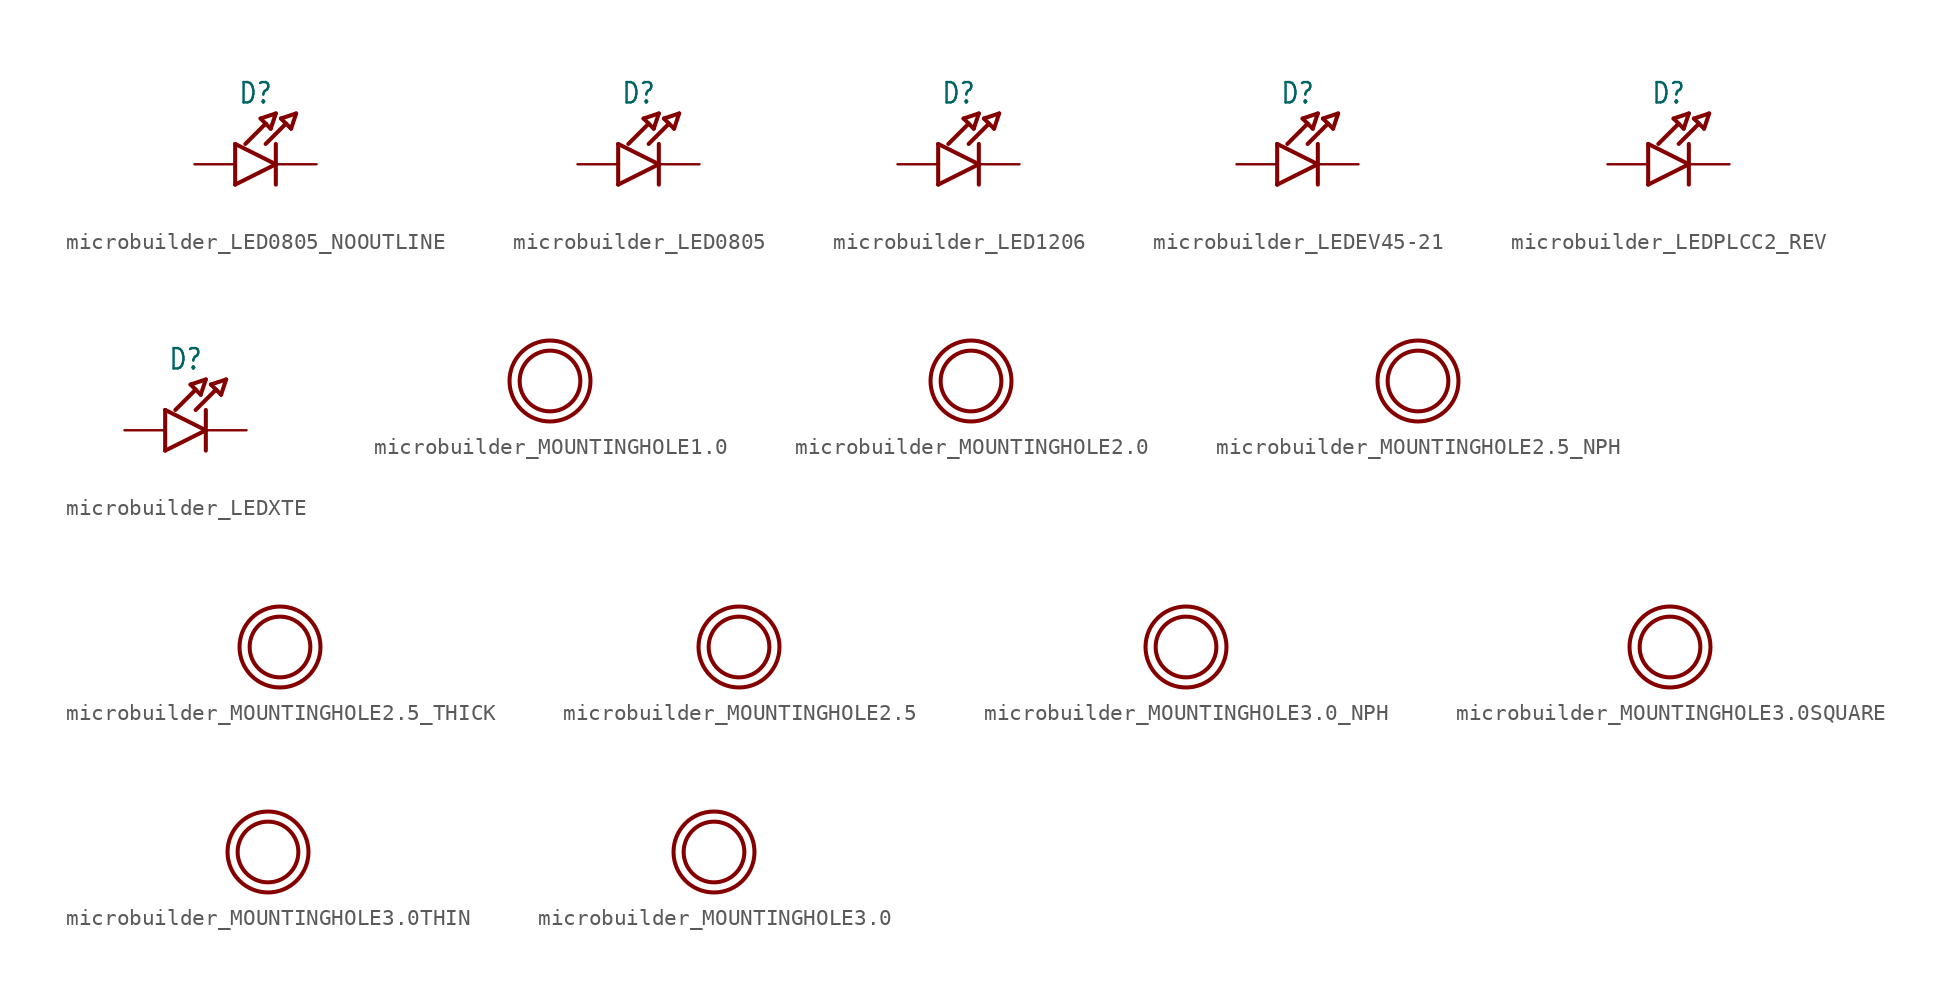
<source format=kicad_sym>
(kicad_symbol_lib
  (version 20220914)
  (generator kicad_symbol_editor)
  (symbol "microbuilder_LED0805_NOOUTLINE"
    (property "Reference" "D"
      (at -1.27 4.445 0)
      (effects (font (size 1.27 1.079))))
    (property "Value" ""
      (at -1.27 -2.794 0)
      (effects (font (size 1.27 1.079))))
    (property "ki_locked" ""
      (at 0 0 0)
      (effects (font (size 1.27 1.27))))
    (symbol "microbuilder_LED0805_NOOUTLINE_1_0"
      (polyline (pts (xy -2.54 -1.27) (xy 0 0)) (stroke (width 0.254) (type solid)) (fill (type none)))
      (polyline (pts (xy -2.54 1.27) (xy -2.54 -1.27)) (stroke (width 0.254) (type solid)) (fill (type none)))
      (polyline (pts (xy -1.905 1.27) (xy -0.635 2.54)) (stroke (width 0.254) (type solid)) (fill (type none)))
      (polyline (pts (xy -0.953 2.857) (xy -0.318 2.223)) (stroke (width 0.254) (type solid)) (fill (type none)))
      (polyline (pts (xy -0.635 1.27) (xy 0.635 2.54)) (stroke (width 0.254) (type solid)) (fill (type none)))
      (polyline (pts (xy -0.318 2.223) (xy 0 3.175)) (stroke (width 0.254) (type solid)) (fill (type none)))
      (polyline (pts (xy 0 0) (xy -2.54 1.27)) (stroke (width 0.254) (type solid)) (fill (type none)))
      (polyline (pts (xy 0 0) (xy 0 -1.27)) (stroke (width 0.254) (type solid)) (fill (type none)))
      (polyline (pts (xy 0 1.27) (xy 0 0)) (stroke (width 0.254) (type solid)) (fill (type none)))
      (polyline (pts (xy 0 3.175) (xy -0.953 2.857)) (stroke (width 0.254) (type solid)) (fill (type none)))
      (polyline (pts (xy 0.318 2.857) (xy 0.953 2.223)) (stroke (width 0.254) (type solid)) (fill (type none)))
      (polyline (pts (xy 0.953 2.223) (xy 1.27 3.175)) (stroke (width 0.254) (type solid)) (fill (type none)))
      (polyline (pts (xy 1.27 3.175) (xy 0.318 2.857)) (stroke (width 0.254) (type solid)) (fill (type none)))
      (pin passive line (at -5.08 0 0) (length 2.54) (name "A" (effects (font (size 0 0)))) (number "A" (effects (font (size 0 0)))))
      (pin passive line (at 2.54 0 180) (length 2.54) (name "C" (effects (font (size 0 0)))) (number "C" (effects (font (size 0 0)))))))
  (symbol "microbuilder_LED0805"
    (property "Reference" "D"
      (at -1.27 4.445 0)
      (effects (font (size 1.27 1.079))))
    (property "Value" ""
      (at -1.27 -2.794 0)
      (effects (font (size 1.27 1.079))))
    (property "ki_locked" ""
      (at 0 0 0)
      (effects (font (size 1.27 1.27))))
    (symbol "microbuilder_LED0805_1_0"
      (polyline (pts (xy -2.54 -1.27) (xy 0 0)) (stroke (width 0.254) (type solid)) (fill (type none)))
      (polyline (pts (xy -2.54 1.27) (xy -2.54 -1.27)) (stroke (width 0.254) (type solid)) (fill (type none)))
      (polyline (pts (xy -1.905 1.27) (xy -0.635 2.54)) (stroke (width 0.254) (type solid)) (fill (type none)))
      (polyline (pts (xy -0.953 2.857) (xy -0.318 2.223)) (stroke (width 0.254) (type solid)) (fill (type none)))
      (polyline (pts (xy -0.635 1.27) (xy 0.635 2.54)) (stroke (width 0.254) (type solid)) (fill (type none)))
      (polyline (pts (xy -0.318 2.223) (xy 0 3.175)) (stroke (width 0.254) (type solid)) (fill (type none)))
      (polyline (pts (xy 0 0) (xy -2.54 1.27)) (stroke (width 0.254) (type solid)) (fill (type none)))
      (polyline (pts (xy 0 0) (xy 0 -1.27)) (stroke (width 0.254) (type solid)) (fill (type none)))
      (polyline (pts (xy 0 1.27) (xy 0 0)) (stroke (width 0.254) (type solid)) (fill (type none)))
      (polyline (pts (xy 0 3.175) (xy -0.953 2.857)) (stroke (width 0.254) (type solid)) (fill (type none)))
      (polyline (pts (xy 0.318 2.857) (xy 0.953 2.223)) (stroke (width 0.254) (type solid)) (fill (type none)))
      (polyline (pts (xy 0.953 2.223) (xy 1.27 3.175)) (stroke (width 0.254) (type solid)) (fill (type none)))
      (polyline (pts (xy 1.27 3.175) (xy 0.318 2.857)) (stroke (width 0.254) (type solid)) (fill (type none)))
      (pin passive line (at -5.08 0 0) (length 2.54) (name "A" (effects (font (size 0 0)))) (number "A" (effects (font (size 0 0)))))
      (pin passive line (at 2.54 0 180) (length 2.54) (name "C" (effects (font (size 0 0)))) (number "C" (effects (font (size 0 0)))))))
  (symbol "microbuilder_LED1206"
    (property "Reference" "D"
      (at -1.27 4.445 0)
      (effects (font (size 1.27 1.079))))
    (property "Value" ""
      (at -1.27 -2.794 0)
      (effects (font (size 1.27 1.079))))
    (property "ki_locked" ""
      (at 0 0 0)
      (effects (font (size 1.27 1.27))))
    (symbol "microbuilder_LED1206_1_0"
      (polyline (pts (xy -2.54 -1.27) (xy 0 0)) (stroke (width 0.254) (type solid)) (fill (type none)))
      (polyline (pts (xy -2.54 1.27) (xy -2.54 -1.27)) (stroke (width 0.254) (type solid)) (fill (type none)))
      (polyline (pts (xy -1.905 1.27) (xy -0.635 2.54)) (stroke (width 0.254) (type solid)) (fill (type none)))
      (polyline (pts (xy -0.953 2.857) (xy -0.318 2.223)) (stroke (width 0.254) (type solid)) (fill (type none)))
      (polyline (pts (xy -0.635 1.27) (xy 0.635 2.54)) (stroke (width 0.254) (type solid)) (fill (type none)))
      (polyline (pts (xy -0.318 2.223) (xy 0 3.175)) (stroke (width 0.254) (type solid)) (fill (type none)))
      (polyline (pts (xy 0 0) (xy -2.54 1.27)) (stroke (width 0.254) (type solid)) (fill (type none)))
      (polyline (pts (xy 0 0) (xy 0 -1.27)) (stroke (width 0.254) (type solid)) (fill (type none)))
      (polyline (pts (xy 0 1.27) (xy 0 0)) (stroke (width 0.254) (type solid)) (fill (type none)))
      (polyline (pts (xy 0 3.175) (xy -0.953 2.857)) (stroke (width 0.254) (type solid)) (fill (type none)))
      (polyline (pts (xy 0.318 2.857) (xy 0.953 2.223)) (stroke (width 0.254) (type solid)) (fill (type none)))
      (polyline (pts (xy 0.953 2.223) (xy 1.27 3.175)) (stroke (width 0.254) (type solid)) (fill (type none)))
      (polyline (pts (xy 1.27 3.175) (xy 0.318 2.857)) (stroke (width 0.254) (type solid)) (fill (type none)))
      (pin passive line (at -5.08 0 0) (length 2.54) (name "A" (effects (font (size 0 0)))) (number "A" (effects (font (size 0 0)))))
      (pin passive line (at 2.54 0 180) (length 2.54) (name "C" (effects (font (size 0 0)))) (number "C" (effects (font (size 0 0)))))))
  (symbol "microbuilder_LEDEV45-21"
    (property "Reference" "D"
      (at -1.27 4.445 0)
      (effects (font (size 1.27 1.079))))
    (property "Value" ""
      (at -1.27 -2.794 0)
      (effects (font (size 1.27 1.079))))
    (property "ki_locked" ""
      (at 0 0 0)
      (effects (font (size 1.27 1.27))))
    (symbol "microbuilder_LEDEV45-21_1_0"
      (polyline (pts (xy -2.54 -1.27) (xy 0 0)) (stroke (width 0.254) (type solid)) (fill (type none)))
      (polyline (pts (xy -2.54 1.27) (xy -2.54 -1.27)) (stroke (width 0.254) (type solid)) (fill (type none)))
      (polyline (pts (xy -1.905 1.27) (xy -0.635 2.54)) (stroke (width 0.254) (type solid)) (fill (type none)))
      (polyline (pts (xy -0.953 2.857) (xy -0.318 2.223)) (stroke (width 0.254) (type solid)) (fill (type none)))
      (polyline (pts (xy -0.635 1.27) (xy 0.635 2.54)) (stroke (width 0.254) (type solid)) (fill (type none)))
      (polyline (pts (xy -0.318 2.223) (xy 0 3.175)) (stroke (width 0.254) (type solid)) (fill (type none)))
      (polyline (pts (xy 0 0) (xy -2.54 1.27)) (stroke (width 0.254) (type solid)) (fill (type none)))
      (polyline (pts (xy 0 0) (xy 0 -1.27)) (stroke (width 0.254) (type solid)) (fill (type none)))
      (polyline (pts (xy 0 1.27) (xy 0 0)) (stroke (width 0.254) (type solid)) (fill (type none)))
      (polyline (pts (xy 0 3.175) (xy -0.953 2.857)) (stroke (width 0.254) (type solid)) (fill (type none)))
      (polyline (pts (xy 0.318 2.857) (xy 0.953 2.223)) (stroke (width 0.254) (type solid)) (fill (type none)))
      (polyline (pts (xy 0.953 2.223) (xy 1.27 3.175)) (stroke (width 0.254) (type solid)) (fill (type none)))
      (polyline (pts (xy 1.27 3.175) (xy 0.318 2.857)) (stroke (width 0.254) (type solid)) (fill (type none)))
      (pin passive line (at -5.08 0 0) (length 2.54) (name "A" (effects (font (size 0 0)))) (number "A" (effects (font (size 0 0)))))
      (pin passive line (at 2.54 0 180) (length 2.54) (name "C" (effects (font (size 0 0)))) (number "K" (effects (font (size 0 0)))))))
  (symbol "microbuilder_LEDPLCC2_REV"
    (property "Reference" "D"
      (at -1.27 4.445 0)
      (effects (font (size 1.27 1.079))))
    (property "Value" ""
      (at -1.27 -2.794 0)
      (effects (font (size 1.27 1.079))))
    (property "ki_locked" ""
      (at 0 0 0)
      (effects (font (size 1.27 1.27))))
    (symbol "microbuilder_LEDPLCC2_REV_1_0"
      (polyline (pts (xy -2.54 -1.27) (xy 0 0)) (stroke (width 0.254) (type solid)) (fill (type none)))
      (polyline (pts (xy -2.54 1.27) (xy -2.54 -1.27)) (stroke (width 0.254) (type solid)) (fill (type none)))
      (polyline (pts (xy -1.905 1.27) (xy -0.635 2.54)) (stroke (width 0.254) (type solid)) (fill (type none)))
      (polyline (pts (xy -0.953 2.857) (xy -0.318 2.223)) (stroke (width 0.254) (type solid)) (fill (type none)))
      (polyline (pts (xy -0.635 1.27) (xy 0.635 2.54)) (stroke (width 0.254) (type solid)) (fill (type none)))
      (polyline (pts (xy -0.318 2.223) (xy 0 3.175)) (stroke (width 0.254) (type solid)) (fill (type none)))
      (polyline (pts (xy 0 0) (xy -2.54 1.27)) (stroke (width 0.254) (type solid)) (fill (type none)))
      (polyline (pts (xy 0 0) (xy 0 -1.27)) (stroke (width 0.254) (type solid)) (fill (type none)))
      (polyline (pts (xy 0 1.27) (xy 0 0)) (stroke (width 0.254) (type solid)) (fill (type none)))
      (polyline (pts (xy 0 3.175) (xy -0.953 2.857)) (stroke (width 0.254) (type solid)) (fill (type none)))
      (polyline (pts (xy 0.318 2.857) (xy 0.953 2.223)) (stroke (width 0.254) (type solid)) (fill (type none)))
      (polyline (pts (xy 0.953 2.223) (xy 1.27 3.175)) (stroke (width 0.254) (type solid)) (fill (type none)))
      (polyline (pts (xy 1.27 3.175) (xy 0.318 2.857)) (stroke (width 0.254) (type solid)) (fill (type none)))
      (pin passive line (at -5.08 0 0) (length 2.54) (name "A" (effects (font (size 0 0)))) (number "A" (effects (font (size 0 0)))))
      (pin passive line (at 2.54 0 180) (length 2.54) (name "C" (effects (font (size 0 0)))) (number "K" (effects (font (size 0 0)))))))
  (symbol "microbuilder_LEDXTE"
    (property "Reference" "D"
      (at -1.27 4.445 0)
      (effects (font (size 1.27 1.079))))
    (property "Value" ""
      (at -1.27 -2.794 0)
      (effects (font (size 1.27 1.079))))
    (property "ki_locked" ""
      (at 0 0 0)
      (effects (font (size 1.27 1.27))))
    (symbol "microbuilder_LEDXTE_1_0"
      (polyline (pts (xy -2.54 -1.27) (xy 0 0)) (stroke (width 0.254) (type solid)) (fill (type none)))
      (polyline (pts (xy -2.54 1.27) (xy -2.54 -1.27)) (stroke (width 0.254) (type solid)) (fill (type none)))
      (polyline (pts (xy -1.905 1.27) (xy -0.635 2.54)) (stroke (width 0.254) (type solid)) (fill (type none)))
      (polyline (pts (xy -0.953 2.857) (xy -0.318 2.223)) (stroke (width 0.254) (type solid)) (fill (type none)))
      (polyline (pts (xy -0.635 1.27) (xy 0.635 2.54)) (stroke (width 0.254) (type solid)) (fill (type none)))
      (polyline (pts (xy -0.318 2.223) (xy 0 3.175)) (stroke (width 0.254) (type solid)) (fill (type none)))
      (polyline (pts (xy 0 0) (xy -2.54 1.27)) (stroke (width 0.254) (type solid)) (fill (type none)))
      (polyline (pts (xy 0 0) (xy 0 -1.27)) (stroke (width 0.254) (type solid)) (fill (type none)))
      (polyline (pts (xy 0 1.27) (xy 0 0)) (stroke (width 0.254) (type solid)) (fill (type none)))
      (polyline (pts (xy 0 3.175) (xy -0.953 2.857)) (stroke (width 0.254) (type solid)) (fill (type none)))
      (polyline (pts (xy 0.318 2.857) (xy 0.953 2.223)) (stroke (width 0.254) (type solid)) (fill (type none)))
      (polyline (pts (xy 0.953 2.223) (xy 1.27 3.175)) (stroke (width 0.254) (type solid)) (fill (type none)))
      (polyline (pts (xy 1.27 3.175) (xy 0.318 2.857)) (stroke (width 0.254) (type solid)) (fill (type none)))
      (pin passive line (at -5.08 0 0) (length 2.54) (name "A" (effects (font (size 0 0)))) (number "ANODE" (effects (font (size 0 0)))))
      (pin passive line (at 2.54 0 180) (length 2.54) (name "C" (effects (font (size 0 0)))) (number "CATHODE" (effects (font (size 0 0)))))))
  (symbol "microbuilder_MOUNTINGHOLE1.0"
    (property "Reference" ""
      (at 0 0 0)
      (effects (font (size 1.27 1.27)) hide))
    (property "ki_locked" ""
      (at 0 0 0)
      (effects (font (size 1.27 1.27))))
    (symbol "microbuilder_MOUNTINGHOLE1.0_1_0"
      (circle (center 0 0) (radius 1.905) (stroke (width 0.254) (type solid)) (fill (type none)))
      (circle (center 0 0) (radius 2.54) (stroke (width 0.254) (type solid)) (fill (type none)))))
  (symbol "microbuilder_MOUNTINGHOLE2.0"
    (property "Reference" ""
      (at 0 0 0)
      (effects (font (size 1.27 1.27)) hide))
    (property "ki_locked" ""
      (at 0 0 0)
      (effects (font (size 1.27 1.27))))
    (symbol "microbuilder_MOUNTINGHOLE2.0_1_0"
      (circle (center 0 0) (radius 1.905) (stroke (width 0.254) (type solid)) (fill (type none)))
      (circle (center 0 0) (radius 2.54) (stroke (width 0.254) (type solid)) (fill (type none)))))
  (symbol "microbuilder_MOUNTINGHOLE2.5_NPH"
    (property "Reference" ""
      (at 0 0 0)
      (effects (font (size 1.27 1.27)) hide))
    (property "ki_locked" ""
      (at 0 0 0)
      (effects (font (size 1.27 1.27))))
    (symbol "microbuilder_MOUNTINGHOLE2.5_NPH_1_0"
      (circle (center 0 0) (radius 1.905) (stroke (width 0.254) (type solid)) (fill (type none)))
      (circle (center 0 0) (radius 2.54) (stroke (width 0.254) (type solid)) (fill (type none)))))
  (symbol "microbuilder_MOUNTINGHOLE2.5_THICK"
    (property "Reference" ""
      (at 0 0 0)
      (effects (font (size 1.27 1.27)) hide))
    (property "ki_locked" ""
      (at 0 0 0)
      (effects (font (size 1.27 1.27))))
    (symbol "microbuilder_MOUNTINGHOLE2.5_THICK_1_0"
      (circle (center 0 0) (radius 1.905) (stroke (width 0.254) (type solid)) (fill (type none)))
      (circle (center 0 0) (radius 2.54) (stroke (width 0.254) (type solid)) (fill (type none)))))
  (symbol "microbuilder_MOUNTINGHOLE2.5"
    (property "Reference" ""
      (at 0 0 0)
      (effects (font (size 1.27 1.27)) hide))
    (property "ki_locked" ""
      (at 0 0 0)
      (effects (font (size 1.27 1.27))))
    (symbol "microbuilder_MOUNTINGHOLE2.5_1_0"
      (circle (center 0 0) (radius 1.905) (stroke (width 0.254) (type solid)) (fill (type none)))
      (circle (center 0 0) (radius 2.54) (stroke (width 0.254) (type solid)) (fill (type none)))))
  (symbol "microbuilder_MOUNTINGHOLE3.0_NPH"
    (property "Reference" ""
      (at 0 0 0)
      (effects (font (size 1.27 1.27)) hide))
    (property "ki_locked" ""
      (at 0 0 0)
      (effects (font (size 1.27 1.27))))
    (symbol "microbuilder_MOUNTINGHOLE3.0_NPH_1_0"
      (circle (center 0 0) (radius 1.905) (stroke (width 0.254) (type solid)) (fill (type none)))
      (circle (center 0 0) (radius 2.54) (stroke (width 0.254) (type solid)) (fill (type none)))))
  (symbol "microbuilder_MOUNTINGHOLE3.0SQUARE"
    (property "Reference" ""
      (at 0 0 0)
      (effects (font (size 1.27 1.27)) hide))
    (property "ki_locked" ""
      (at 0 0 0)
      (effects (font (size 1.27 1.27))))
    (symbol "microbuilder_MOUNTINGHOLE3.0SQUARE_1_0"
      (circle (center 0 0) (radius 1.905) (stroke (width 0.254) (type solid)) (fill (type none)))
      (circle (center 0 0) (radius 2.54) (stroke (width 0.254) (type solid)) (fill (type none)))))
  (symbol "microbuilder_MOUNTINGHOLE3.0THIN"
    (property "Reference" ""
      (at 0 0 0)
      (effects (font (size 1.27 1.27)) hide))
    (property "ki_locked" ""
      (at 0 0 0)
      (effects (font (size 1.27 1.27))))
    (symbol "microbuilder_MOUNTINGHOLE3.0THIN_1_0"
      (circle (center 0 0) (radius 1.905) (stroke (width 0.254) (type solid)) (fill (type none)))
      (circle (center 0 0) (radius 2.54) (stroke (width 0.254) (type solid)) (fill (type none)))))
  (symbol "microbuilder_MOUNTINGHOLE3.0"
    (property "Reference" ""
      (at 0 0 0)
      (effects (font (size 1.27 1.27)) hide))
    (property "ki_locked" ""
      (at 0 0 0)
      (effects (font (size 1.27 1.27))))
    (symbol "microbuilder_MOUNTINGHOLE3.0_1_0"
      (circle (center 0 0) (radius 1.905) (stroke (width 0.254) (type solid)) (fill (type none)))
      (circle (center 0 0) (radius 2.54) (stroke (width 0.254) (type solid)) (fill (type none))))))
</source>
